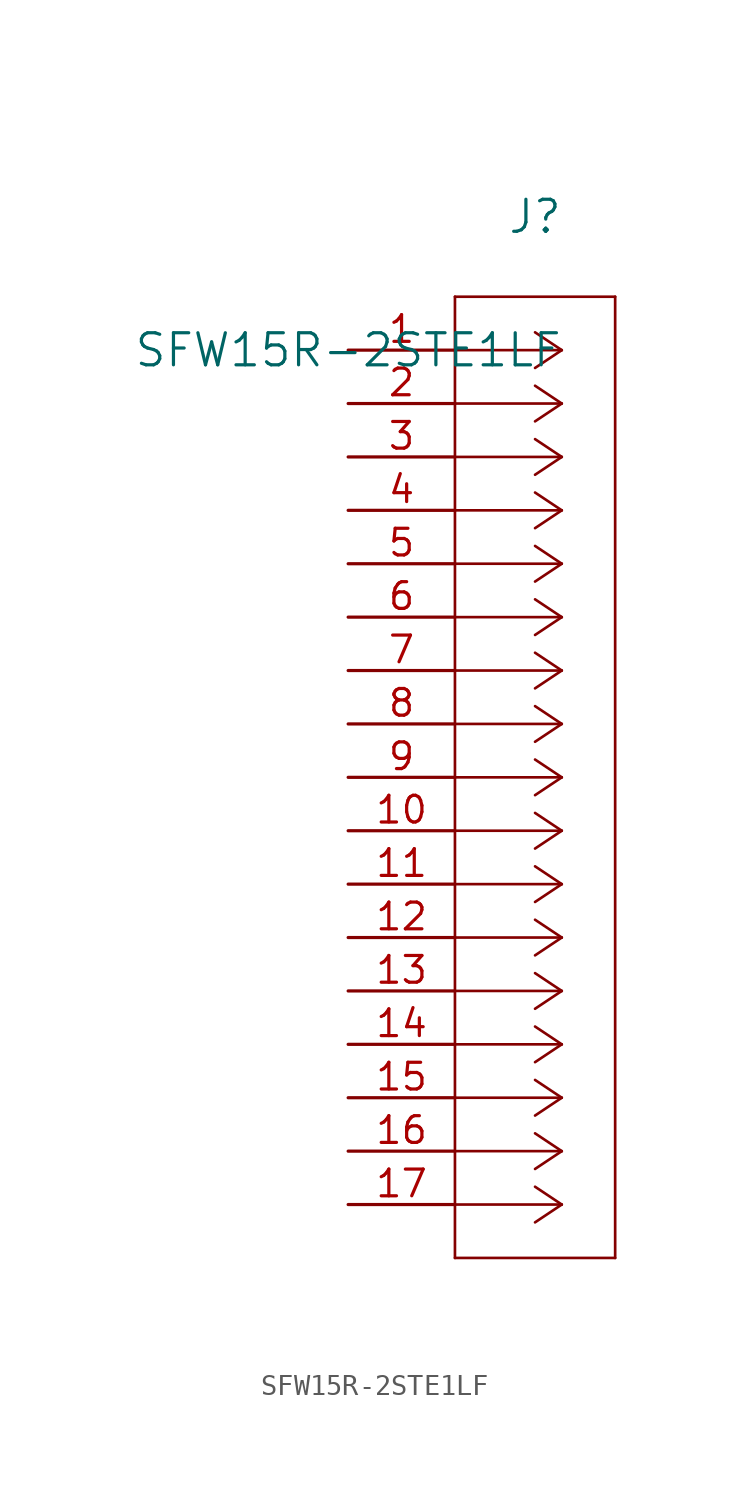
<source format=kicad_sym>
(kicad_symbol_lib
  (version 20211014)
  (generator kicad_symbol_editor)
  (symbol "SFW15R-2STE1LF"
    (pin_names
      (offset 0.254))
    (property "Reference" "J"
      (at 8.89 6.35 0)
      (effects (font (size 1.524 1.524))))
    (property "Value" "SFW15R-2STE1LF"
      (at 0 0 0)
      (effects (font (size 1.524 1.524))))
    (symbol "SFW15R-2STE1LF_0_1"
      (polyline (pts (xy 10.16 0) (xy 5.08 0)) (stroke (width 0.127) (type default) (color 0 0 0 0)) (fill (type none)))
      (polyline (pts (xy 10.16 -2.54) (xy 5.08 -2.54)) (stroke (width 0.127) (type default) (color 0 0 0 0)) (fill (type none)))
      (polyline (pts (xy 10.16 -5.08) (xy 5.08 -5.08)) (stroke (width 0.127) (type default) (color 0 0 0 0)) (fill (type none)))
      (polyline (pts (xy 10.16 -7.62) (xy 5.08 -7.62)) (stroke (width 0.127) (type default) (color 0 0 0 0)) (fill (type none)))
      (polyline (pts (xy 10.16 -10.16) (xy 5.08 -10.16)) (stroke (width 0.127) (type default) (color 0 0 0 0)) (fill (type none)))
      (polyline (pts (xy 10.16 -12.7) (xy 5.08 -12.7)) (stroke (width 0.127) (type default) (color 0 0 0 0)) (fill (type none)))
      (polyline (pts (xy 10.16 -15.24) (xy 5.08 -15.24)) (stroke (width 0.127) (type default) (color 0 0 0 0)) (fill (type none)))
      (polyline (pts (xy 10.16 -17.78) (xy 5.08 -17.78)) (stroke (width 0.127) (type default) (color 0 0 0 0)) (fill (type none)))
      (polyline (pts (xy 10.16 -20.32) (xy 5.08 -20.32)) (stroke (width 0.127) (type default) (color 0 0 0 0)) (fill (type none)))
      (polyline (pts (xy 10.16 -22.86) (xy 5.08 -22.86)) (stroke (width 0.127) (type default) (color 0 0 0 0)) (fill (type none)))
      (polyline (pts (xy 10.16 -25.4) (xy 5.08 -25.4)) (stroke (width 0.127) (type default) (color 0 0 0 0)) (fill (type none)))
      (polyline (pts (xy 10.16 -27.94) (xy 5.08 -27.94)) (stroke (width 0.127) (type default) (color 0 0 0 0)) (fill (type none)))
      (polyline (pts (xy 10.16 -30.48) (xy 5.08 -30.48)) (stroke (width 0.127) (type default) (color 0 0 0 0)) (fill (type none)))
      (polyline (pts (xy 10.16 -33.02) (xy 5.08 -33.02)) (stroke (width 0.127) (type default) (color 0 0 0 0)) (fill (type none)))
      (polyline (pts (xy 10.16 -35.56) (xy 5.08 -35.56)) (stroke (width 0.127) (type default) (color 0 0 0 0)) (fill (type none)))
      (polyline (pts (xy 10.16 -38.1) (xy 5.08 -38.1)) (stroke (width 0.127) (type default) (color 0 0 0 0)) (fill (type none)))
      (polyline (pts (xy 10.16 -40.64) (xy 5.08 -40.64)) (stroke (width 0.127) (type default) (color 0 0 0 0)) (fill (type none)))
      (polyline (pts (xy 10.16 0) (xy 8.89 0.847)) (stroke (width 0.127) (type default) (color 0 0 0 0)) (fill (type none)))
      (polyline (pts (xy 10.16 -2.54) (xy 8.89 -1.693)) (stroke (width 0.127) (type default) (color 0 0 0 0)) (fill (type none)))
      (polyline (pts (xy 10.16 -5.08) (xy 8.89 -4.233)) (stroke (width 0.127) (type default) (color 0 0 0 0)) (fill (type none)))
      (polyline (pts (xy 10.16 -7.62) (xy 8.89 -6.773)) (stroke (width 0.127) (type default) (color 0 0 0 0)) (fill (type none)))
      (polyline (pts (xy 10.16 -10.16) (xy 8.89 -9.313)) (stroke (width 0.127) (type default) (color 0 0 0 0)) (fill (type none)))
      (polyline (pts (xy 10.16 -12.7) (xy 8.89 -11.853)) (stroke (width 0.127) (type default) (color 0 0 0 0)) (fill (type none)))
      (polyline (pts (xy 10.16 -15.24) (xy 8.89 -14.393)) (stroke (width 0.127) (type default) (color 0 0 0 0)) (fill (type none)))
      (polyline (pts (xy 10.16 -17.78) (xy 8.89 -16.933)) (stroke (width 0.127) (type default) (color 0 0 0 0)) (fill (type none)))
      (polyline (pts (xy 10.16 -20.32) (xy 8.89 -19.473)) (stroke (width 0.127) (type default) (color 0 0 0 0)) (fill (type none)))
      (polyline (pts (xy 10.16 -22.86) (xy 8.89 -22.013)) (stroke (width 0.127) (type default) (color 0 0 0 0)) (fill (type none)))
      (polyline (pts (xy 10.16 -25.4) (xy 8.89 -24.553)) (stroke (width 0.127) (type default) (color 0 0 0 0)) (fill (type none)))
      (polyline (pts (xy 10.16 -27.94) (xy 8.89 -27.093)) (stroke (width 0.127) (type default) (color 0 0 0 0)) (fill (type none)))
      (polyline (pts (xy 10.16 -30.48) (xy 8.89 -29.633)) (stroke (width 0.127) (type default) (color 0 0 0 0)) (fill (type none)))
      (polyline (pts (xy 10.16 -33.02) (xy 8.89 -32.173)) (stroke (width 0.127) (type default) (color 0 0 0 0)) (fill (type none)))
      (polyline (pts (xy 10.16 -35.56) (xy 8.89 -34.713)) (stroke (width 0.127) (type default) (color 0 0 0 0)) (fill (type none)))
      (polyline (pts (xy 10.16 -38.1) (xy 8.89 -37.253)) (stroke (width 0.127) (type default) (color 0 0 0 0)) (fill (type none)))
      (polyline (pts (xy 10.16 -40.64) (xy 8.89 -39.793)) (stroke (width 0.127) (type default) (color 0 0 0 0)) (fill (type none)))
      (polyline (pts (xy 10.16 0) (xy 8.89 -0.847)) (stroke (width 0.127) (type default) (color 0 0 0 0)) (fill (type none)))
      (polyline (pts (xy 10.16 -2.54) (xy 8.89 -3.387)) (stroke (width 0.127) (type default) (color 0 0 0 0)) (fill (type none)))
      (polyline (pts (xy 10.16 -5.08) (xy 8.89 -5.927)) (stroke (width 0.127) (type default) (color 0 0 0 0)) (fill (type none)))
      (polyline (pts (xy 10.16 -7.62) (xy 8.89 -8.467)) (stroke (width 0.127) (type default) (color 0 0 0 0)) (fill (type none)))
      (polyline (pts (xy 10.16 -10.16) (xy 8.89 -11.007)) (stroke (width 0.127) (type default) (color 0 0 0 0)) (fill (type none)))
      (polyline (pts (xy 10.16 -12.7) (xy 8.89 -13.547)) (stroke (width 0.127) (type default) (color 0 0 0 0)) (fill (type none)))
      (polyline (pts (xy 10.16 -15.24) (xy 8.89 -16.087)) (stroke (width 0.127) (type default) (color 0 0 0 0)) (fill (type none)))
      (polyline (pts (xy 10.16 -17.78) (xy 8.89 -18.627)) (stroke (width 0.127) (type default) (color 0 0 0 0)) (fill (type none)))
      (polyline (pts (xy 10.16 -20.32) (xy 8.89 -21.167)) (stroke (width 0.127) (type default) (color 0 0 0 0)) (fill (type none)))
      (polyline (pts (xy 10.16 -22.86) (xy 8.89 -23.707)) (stroke (width 0.127) (type default) (color 0 0 0 0)) (fill (type none)))
      (polyline (pts (xy 10.16 -25.4) (xy 8.89 -26.247)) (stroke (width 0.127) (type default) (color 0 0 0 0)) (fill (type none)))
      (polyline (pts (xy 10.16 -27.94) (xy 8.89 -28.787)) (stroke (width 0.127) (type default) (color 0 0 0 0)) (fill (type none)))
      (polyline (pts (xy 10.16 -30.48) (xy 8.89 -31.327)) (stroke (width 0.127) (type default) (color 0 0 0 0)) (fill (type none)))
      (polyline (pts (xy 10.16 -33.02) (xy 8.89 -33.867)) (stroke (width 0.127) (type default) (color 0 0 0 0)) (fill (type none)))
      (polyline (pts (xy 10.16 -35.56) (xy 8.89 -36.407)) (stroke (width 0.127) (type default) (color 0 0 0 0)) (fill (type none)))
      (polyline (pts (xy 10.16 -38.1) (xy 8.89 -38.947)) (stroke (width 0.127) (type default) (color 0 0 0 0)) (fill (type none)))
      (polyline (pts (xy 10.16 -40.64) (xy 8.89 -41.487)) (stroke (width 0.127) (type default) (color 0 0 0 0)) (fill (type none)))
      (polyline (pts (xy 5.08 2.54) (xy 5.08 -43.18)) (stroke (width 0.127) (type default) (color 0 0 0 0)) (fill (type none)))
      (polyline (pts (xy 5.08 -43.18) (xy 12.7 -43.18)) (stroke (width 0.127) (type default) (color 0 0 0 0)) (fill (type none)))
      (polyline (pts (xy 12.7 -43.18) (xy 12.7 2.54)) (stroke (width 0.127) (type default) (color 0 0 0 0)) (fill (type none)))
      (polyline (pts (xy 12.7 2.54) (xy 5.08 2.54)) (stroke (width 0.127) (type default) (color 0 0 0 0)) (fill (type none)))
      (pin unspecified line (at 0 0 0) (length 5.08) (name "" (effects (font (size 1.27 1.27)))) (number "1" (effects (font (size 1.27 1.27)))))
      (pin unspecified line (at 0 -2.54 0) (length 5.08) (name "" (effects (font (size 1.27 1.27)))) (number "2" (effects (font (size 1.27 1.27)))))
      (pin unspecified line (at 0 -5.08 0) (length 5.08) (name "" (effects (font (size 1.27 1.27)))) (number "3" (effects (font (size 1.27 1.27)))))
      (pin unspecified line (at 0 -7.62 0) (length 5.08) (name "" (effects (font (size 1.27 1.27)))) (number "4" (effects (font (size 1.27 1.27)))))
      (pin unspecified line (at 0 -10.16 0) (length 5.08) (name "" (effects (font (size 1.27 1.27)))) (number "5" (effects (font (size 1.27 1.27)))))
      (pin unspecified line (at 0 -12.7 0) (length 5.08) (name "" (effects (font (size 1.27 1.27)))) (number "6" (effects (font (size 1.27 1.27)))))
      (pin unspecified line (at 0 -15.24 0) (length 5.08) (name "" (effects (font (size 1.27 1.27)))) (number "7" (effects (font (size 1.27 1.27)))))
      (pin unspecified line (at 0 -17.78 0) (length 5.08) (name "" (effects (font (size 1.27 1.27)))) (number "8" (effects (font (size 1.27 1.27)))))
      (pin unspecified line (at 0 -20.32 0) (length 5.08) (name "" (effects (font (size 1.27 1.27)))) (number "9" (effects (font (size 1.27 1.27)))))
      (pin unspecified line (at 0 -22.86 0) (length 5.08) (name "" (effects (font (size 1.27 1.27)))) (number "10" (effects (font (size 1.27 1.27)))))
      (pin unspecified line (at 0 -25.4 0) (length 5.08) (name "" (effects (font (size 1.27 1.27)))) (number "11" (effects (font (size 1.27 1.27)))))
      (pin unspecified line (at 0 -27.94 0) (length 5.08) (name "" (effects (font (size 1.27 1.27)))) (number "12" (effects (font (size 1.27 1.27)))))
      (pin unspecified line (at 0 -30.48 0) (length 5.08) (name "" (effects (font (size 1.27 1.27)))) (number "13" (effects (font (size 1.27 1.27)))))
      (pin unspecified line (at 0 -33.02 0) (length 5.08) (name "" (effects (font (size 1.27 1.27)))) (number "14" (effects (font (size 1.27 1.27)))))
      (pin unspecified line (at 0 -35.56 0) (length 5.08) (name "" (effects (font (size 1.27 1.27)))) (number "15" (effects (font (size 1.27 1.27)))))
      (pin unspecified line (at 0 -38.1 0) (length 5.08) (name "" (effects (font (size 1.27 1.27)))) (number "16" (effects (font (size 1.27 1.27)))))
      (pin unspecified line (at 0 -40.64 0) (length 5.08) (name "" (effects (font (size 1.27 1.27)))) (number "17" (effects (font (size 1.27 1.27))))))))
</source>
